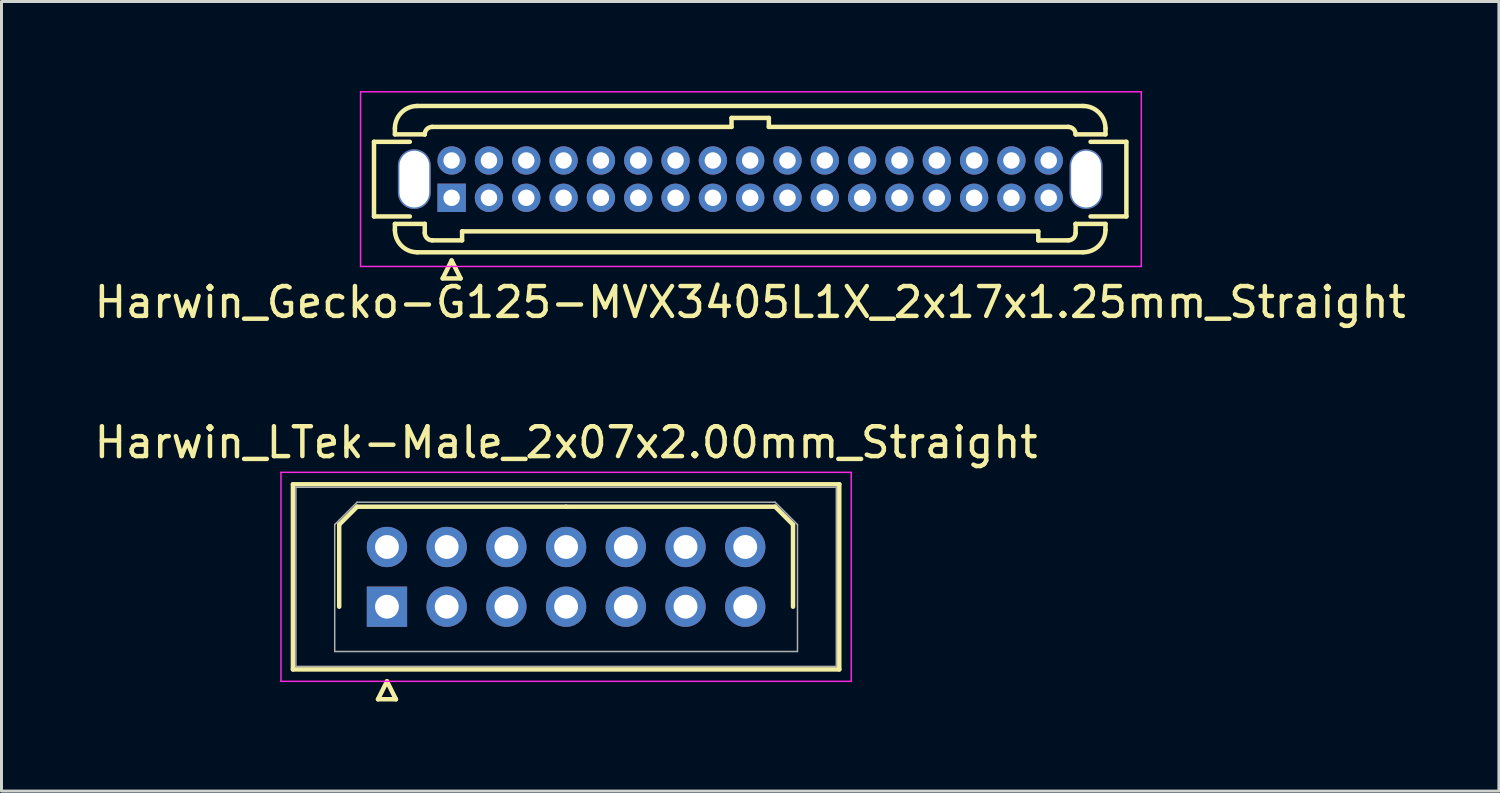
<source format=kicad_pcb>
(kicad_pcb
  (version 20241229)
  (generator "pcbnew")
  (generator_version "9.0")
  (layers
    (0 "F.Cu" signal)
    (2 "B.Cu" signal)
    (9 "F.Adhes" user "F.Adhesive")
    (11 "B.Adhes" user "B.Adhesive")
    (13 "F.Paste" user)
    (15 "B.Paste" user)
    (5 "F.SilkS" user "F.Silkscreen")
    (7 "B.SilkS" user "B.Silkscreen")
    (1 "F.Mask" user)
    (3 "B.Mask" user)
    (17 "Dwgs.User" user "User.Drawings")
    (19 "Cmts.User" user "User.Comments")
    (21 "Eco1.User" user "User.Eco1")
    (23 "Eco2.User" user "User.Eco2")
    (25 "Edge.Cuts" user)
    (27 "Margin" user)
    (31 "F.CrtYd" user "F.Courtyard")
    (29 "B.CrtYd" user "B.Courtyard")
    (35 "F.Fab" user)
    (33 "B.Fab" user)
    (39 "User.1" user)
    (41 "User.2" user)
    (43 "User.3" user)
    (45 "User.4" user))
  (footprint "Harwin_LTek-Male_2x07x2.00mm_Straight"
    (layer "F.Cu")
    (at 9.911 17.271)
    (property "Reference" "Harwin_LTek-Male_2x07x2.00mm_Straight" (at 6 -5.5 0) (layer "F.SilkS") (effects (font (size 1 1) (thickness 0.15))))
    (attr through_hole)
    (fp_line (start -3.15 -4.1) (end -3.15 2.1) (stroke (width 0.15) (type solid)) (layer "F.SilkS"))
    (fp_line (start -3.15 2.1) (end 15.15 2.1) (stroke (width 0.15) (type solid)) (layer "F.SilkS"))
    (fp_line (start -1.6 -2.75) (end -1 -3.35) (stroke (width 0.15) (type solid)) (layer "F.SilkS"))
    (fp_line (start -1.6 0) (end -1.6 -2.75) (stroke (width 0.15) (type solid)) (layer "F.SilkS"))
    (fp_line (start -1 -3.35) (end 6 -3.35) (stroke (width 0.15) (type solid)) (layer "F.SilkS"))
    (fp_line (start -0.3 3.1) (end 0.3 3.1) (stroke (width 0.15) (type solid)) (layer "F.SilkS"))
    (fp_line (start 0 2.5) (end -0.3 3.1) (stroke (width 0.15) (type solid)) (layer "F.SilkS"))
    (fp_line (start 0.3 3.1) (end 0 2.5) (stroke (width 0.15) (type solid)) (layer "F.SilkS"))
    (fp_line (start 13 -3.35) (end 6 -3.35) (stroke (width 0.15) (type solid)) (layer "F.SilkS"))
    (fp_line (start 13.6 -2.75) (end 13 -3.35) (stroke (width 0.15) (type solid)) (layer "F.SilkS"))
    (fp_line (start 13.6 0) (end 13.6 -2.75) (stroke (width 0.15) (type solid)) (layer "F.SilkS"))
    (fp_line (start 15.15 -4.1) (end -3.15 -4.1) (stroke (width 0.15) (type solid)) (layer "F.SilkS"))
    (fp_line (start 15.15 2.1) (end 15.15 -4.1) (stroke (width 0.15) (type solid)) (layer "F.SilkS"))
    (fp_line (start -3.55 -4.5) (end -3.55 2.5) (stroke (width 0.05) (type solid)) (layer "F.CrtYd"))
    (fp_line (start -3.55 2.5) (end 15.55 2.5) (stroke (width 0.05) (type solid)) (layer "F.CrtYd"))
    (fp_line (start 15.55 -4.5) (end -3.55 -4.5) (stroke (width 0.05) (type solid)) (layer "F.CrtYd"))
    (fp_line (start 15.55 2.5) (end 15.55 -4.5) (stroke (width 0.05) (type solid)) (layer "F.CrtYd"))
    (fp_line (start -3.05 -4) (end -3.05 2) (stroke (width 0.05) (type solid)) (layer "F.Fab"))
    (fp_line (start -3.05 2) (end 15.05 2) (stroke (width 0.05) (type solid)) (layer "F.Fab"))
    (fp_line (start -1.75 -2.75) (end -1 -3.5) (stroke (width 0.05) (type solid)) (layer "F.Fab"))
    (fp_line (start -1.75 1.5) (end -1.75 -2.75) (stroke (width 0.05) (type solid)) (layer "F.Fab"))
    (fp_line (start -1 -3.5) (end 13 -3.5) (stroke (width 0.05) (type solid)) (layer "F.Fab"))
    (fp_line (start 13 -3.5) (end 13.75 -2.75) (stroke (width 0.05) (type solid)) (layer "F.Fab"))
    (fp_line (start 13.75 -2.75) (end 13.75 1.5) (stroke (width 0.05) (type solid)) (layer "F.Fab"))
    (fp_line (start 13.75 1.5) (end -1.75 1.5) (stroke (width 0.05) (type solid)) (layer "F.Fab"))
    (fp_line (start 15.05 -4) (end -3.05 -4) (stroke (width 0.05) (type solid)) (layer "F.Fab"))
    (fp_line (start 15.05 2) (end 15.05 -4) (stroke (width 0.05) (type solid)) (layer "F.Fab"))
    (pad "1" thru_hole rect (at 0 0) (size 1.35 1.35) (drill 0.8) (layers "*.Cu" "*.Mask"))
    (pad "2" thru_hole circle (at 0 -2) (size 1.35 1.35) (drill 0.8) (layers "*.Cu" "*.Mask"))
    (pad "3" thru_hole circle (at 2 0) (size 1.35 1.35) (drill 0.8) (layers "*.Cu" "*.Mask"))
    (pad "4" thru_hole circle (at 2 -2) (size 1.35 1.35) (drill 0.8) (layers "*.Cu" "*.Mask"))
    (pad "5" thru_hole circle (at 4 0) (size 1.35 1.35) (drill 0.8) (layers "*.Cu" "*.Mask"))
    (pad "6" thru_hole circle (at 4 -2) (size 1.35 1.35) (drill 0.8) (layers "*.Cu" "*.Mask"))
    (pad "7" thru_hole circle (at 6 0) (size 1.35 1.35) (drill 0.8) (layers "*.Cu" "*.Mask"))
    (pad "8" thru_hole circle (at 6 -2) (size 1.35 1.35) (drill 0.8) (layers "*.Cu" "*.Mask"))
    (pad "9" thru_hole circle (at 8 0) (size 1.35 1.35) (drill 0.8) (layers "*.Cu" "*.Mask"))
    (pad "10" thru_hole circle (at 8 -2) (size 1.35 1.35) (drill 0.8) (layers "*.Cu" "*.Mask"))
    (pad "11" thru_hole circle (at 10 0) (size 1.35 1.35) (drill 0.8) (layers "*.Cu" "*.Mask"))
    (pad "12" thru_hole circle (at 10 -2) (size 1.35 1.35) (drill 0.8) (layers "*.Cu" "*.Mask"))
    (pad "13" thru_hole circle (at 12 0) (size 1.35 1.35) (drill 0.8) (layers "*.Cu" "*.Mask"))
    (pad "14" thru_hole circle (at 12 -2) (size 1.35 1.35) (drill 0.8) (layers "*.Cu" "*.Mask")))
  (footprint "Harwin_Gecko-G125-MVX3405L1X_2x17x1.25mm_Straight"
    (layer "F.Cu")
    (at 12.077 3.575)
    (property "Reference" "Harwin_Gecko-G125-MVX3405L1X_2x17x1.25mm_Straight" (at 10 3.5 0) (layer "F.SilkS") (effects (font (size 1 1) (thickness 0.15))))
    (attr through_hole)
    (fp_line (start -2.6 -1.875) (end -2.6 0.625) (stroke (width 0.15) (type solid)) (layer "F.SilkS"))
    (fp_line (start -2.6 0.625) (end -1.4 0.625) (stroke (width 0.15) (type solid)) (layer "F.SilkS"))
    (fp_line (start -1.9 -2.325) (end -1.9 -2.125) (stroke (width 0.15) (type solid)) (layer "F.SilkS"))
    (fp_line (start -1.9 -2.125) (end -0.9 -2.125) (stroke (width 0.15) (type solid)) (layer "F.SilkS"))
    (fp_line (start -1.9 0.875) (end -0.9 0.875) (stroke (width 0.15) (type solid)) (layer "F.SilkS"))
    (fp_line (start -1.9 1.075) (end -1.9 0.875) (stroke (width 0.15) (type solid)) (layer "F.SilkS"))
    (fp_line (start -1.4 -1.875) (end -2.6 -1.875) (stroke (width 0.15) (type solid)) (layer "F.SilkS"))
    (fp_line (start -1.15 -3.075) (end 21.15 -3.075) (stroke (width 0.15) (type solid)) (layer "F.SilkS"))
    (fp_line (start -1.15 1.825) (end 21.15 1.825) (stroke (width 0.15) (type solid)) (layer "F.SilkS"))
    (fp_line (start -0.9 -2.125) (end -0.9 -2.125) (stroke (width 0.15) (type solid)) (layer "F.SilkS"))
    (fp_line (start -0.9 0.875) (end -0.9 0.875) (stroke (width 0.15) (type solid)) (layer "F.SilkS"))
    (fp_line (start -0.9 1.175) (end -0.9 0.875) (stroke (width 0.15) (type solid)) (layer "F.SilkS"))
    (fp_line (start -0.65 -2.375) (end 9.375 -2.375) (stroke (width 0.15) (type solid)) (layer "F.SilkS"))
    (fp_line (start -0.65 1.425) (end 0.35 1.425) (stroke (width 0.15) (type solid)) (layer "F.SilkS"))
    (fp_line (start -0.3 2.7) (end 0.3 2.7) (stroke (width 0.15) (type solid)) (layer "F.SilkS"))
    (fp_line (start 0 2.1) (end -0.3 2.7) (stroke (width 0.15) (type solid)) (layer "F.SilkS"))
    (fp_line (start 0.3 2.7) (end 0 2.1) (stroke (width 0.15) (type solid)) (layer "F.SilkS"))
    (fp_line (start 0.35 1.125) (end 19.65 1.125) (stroke (width 0.15) (type solid)) (layer "F.SilkS"))
    (fp_line (start 0.35 1.425) (end 0.35 1.125) (stroke (width 0.15) (type solid)) (layer "F.SilkS"))
    (fp_line (start 9.375 -2.675) (end 10.625 -2.675) (stroke (width 0.15) (type solid)) (layer "F.SilkS"))
    (fp_line (start 9.375 -2.375) (end 9.375 -2.675) (stroke (width 0.15) (type solid)) (layer "F.SilkS"))
    (fp_line (start 10.625 -2.675) (end 10.625 -2.375) (stroke (width 0.15) (type solid)) (layer "F.SilkS"))
    (fp_line (start 10.625 -2.375) (end 20.65 -2.375) (stroke (width 0.15) (type solid)) (layer "F.SilkS"))
    (fp_line (start 19.65 1.125) (end 19.65 1.425) (stroke (width 0.15) (type solid)) (layer "F.SilkS"))
    (fp_line (start 19.65 1.425) (end 20.65 1.425) (stroke (width 0.15) (type solid)) (layer "F.SilkS"))
    (fp_line (start 20.9 -2.125) (end 20.9 -2.125) (stroke (width 0.15) (type solid)) (layer "F.SilkS"))
    (fp_line (start 20.9 0.875) (end 20.9 0.875) (stroke (width 0.15) (type solid)) (layer "F.SilkS"))
    (fp_line (start 20.9 1.175) (end 20.9 0.875) (stroke (width 0.15) (type solid)) (layer "F.SilkS"))
    (fp_line (start 21.4 -1.875) (end 22.6 -1.875) (stroke (width 0.15) (type solid)) (layer "F.SilkS"))
    (fp_line (start 21.9 -2.325) (end 21.9 -2.125) (stroke (width 0.15) (type solid)) (layer "F.SilkS"))
    (fp_line (start 21.9 -2.125) (end 20.9 -2.125) (stroke (width 0.15) (type solid)) (layer "F.SilkS"))
    (fp_line (start 21.9 0.875) (end 20.9 0.875) (stroke (width 0.15) (type solid)) (layer "F.SilkS"))
    (fp_line (start 21.9 1.075) (end 21.9 0.875) (stroke (width 0.15) (type solid)) (layer "F.SilkS"))
    (fp_line (start 22.6 -1.875) (end 22.6 0.625) (stroke (width 0.15) (type solid)) (layer "F.SilkS"))
    (fp_line (start 22.6 0.625) (end 21.4 0.625) (stroke (width 0.15) (type solid)) (layer "F.SilkS"))
    (fp_arc (start -1.9 -2.325) (mid -1.68033 -2.85533) (end -1.15 -3.075) (stroke (width 0.15) (type solid)) (layer "F.SilkS"))
    (fp_arc (start -1.15 1.825) (mid -1.68033 1.60533) (end -1.9 1.075) (stroke (width 0.15) (type solid)) (layer "F.SilkS"))
    (fp_arc (start -0.9 -2.125) (mid -0.826777 -2.301777) (end -0.65 -2.375) (stroke (width 0.15) (type solid)) (layer "F.SilkS"))
    (fp_arc (start -0.65 1.425) (mid -0.826777 1.351777) (end -0.9 1.175) (stroke (width 0.15) (type solid)) (layer "F.SilkS"))
    (fp_arc (start 20.65 -2.375) (mid 20.826777 -2.301777) (end 20.9 -2.125) (stroke (width 0.15) (type solid)) (layer "F.SilkS"))
    (fp_arc (start 20.9 1.175) (mid 20.826777 1.351777) (end 20.65 1.425) (stroke (width 0.15) (type solid)) (layer "F.SilkS"))
    (fp_arc (start 21.15 -3.075) (mid 21.68033 -2.85533) (end 21.9 -2.325) (stroke (width 0.15) (type solid)) (layer "F.SilkS"))
    (fp_arc (start 21.9 1.075) (mid 21.68033 1.60533) (end 21.15 1.825) (stroke (width 0.15) (type solid)) (layer "F.SilkS"))
    (fp_line (start -3.05 -3.55) (end -3.05 2.3) (stroke (width 0.05) (type solid)) (layer "F.CrtYd"))
    (fp_line (start -3.05 2.3) (end 23.1 2.3) (stroke (width 0.05) (type solid)) (layer "F.CrtYd"))
    (fp_line (start 23.1 -3.55) (end -3.05 -3.55) (stroke (width 0.05) (type solid)) (layer "F.CrtYd"))
    (fp_line (start 23.1 2.3) (end 23.1 -3.55) (stroke (width 0.05) (type solid)) (layer "F.CrtYd"))
    (pad "" np_thru_hole oval (at -1.25 -0.625) (size 1.1 2) (drill oval 1 1.9) (layers "*.Cu" "*.Mask"))
    (pad "" np_thru_hole oval (at 21.25 -0.625) (size 1.1 2) (drill oval 1 1.9) (layers "*.Cu" "*.Mask"))
    (pad "1" thru_hole rect (at 0 0) (size 0.95 0.95) (drill 0.55) (layers "*.Cu" "*.Mask"))
    (pad "2" thru_hole circle (at 0 -1.25) (size 0.95 0.95) (drill 0.55) (layers "*.Cu" "*.Mask"))
    (pad "3" thru_hole circle (at 1.25 0) (size 0.95 0.95) (drill 0.55) (layers "*.Cu" "*.Mask"))
    (pad "4" thru_hole circle (at 1.25 -1.25) (size 0.95 0.95) (drill 0.55) (layers "*.Cu" "*.Mask"))
    (pad "5" thru_hole circle (at 2.5 0) (size 0.95 0.95) (drill 0.55) (layers "*.Cu" "*.Mask"))
    (pad "6" thru_hole circle (at 2.5 -1.25) (size 0.95 0.95) (drill 0.55) (layers "*.Cu" "*.Mask"))
    (pad "7" thru_hole circle (at 3.75 0) (size 0.95 0.95) (drill 0.55) (layers "*.Cu" "*.Mask"))
    (pad "8" thru_hole circle (at 3.75 -1.25) (size 0.95 0.95) (drill 0.55) (layers "*.Cu" "*.Mask"))
    (pad "9" thru_hole circle (at 5 0) (size 0.95 0.95) (drill 0.55) (layers "*.Cu" "*.Mask"))
    (pad "10" thru_hole circle (at 5 -1.25) (size 0.95 0.95) (drill 0.55) (layers "*.Cu" "*.Mask"))
    (pad "11" thru_hole circle (at 6.25 0) (size 0.95 0.95) (drill 0.55) (layers "*.Cu" "*.Mask"))
    (pad "12" thru_hole circle (at 6.25 -1.25) (size 0.95 0.95) (drill 0.55) (layers "*.Cu" "*.Mask"))
    (pad "13" thru_hole circle (at 7.5 0) (size 0.95 0.95) (drill 0.55) (layers "*.Cu" "*.Mask"))
    (pad "14" thru_hole circle (at 7.5 -1.25) (size 0.95 0.95) (drill 0.55) (layers "*.Cu" "*.Mask"))
    (pad "15" thru_hole circle (at 8.75 0) (size 0.95 0.95) (drill 0.55) (layers "*.Cu" "*.Mask"))
    (pad "16" thru_hole circle (at 8.75 -1.25) (size 0.95 0.95) (drill 0.55) (layers "*.Cu" "*.Mask"))
    (pad "17" thru_hole circle (at 10 0) (size 0.95 0.95) (drill 0.55) (layers "*.Cu" "*.Mask"))
    (pad "18" thru_hole circle (at 10 -1.25) (size 0.95 0.95) (drill 0.55) (layers "*.Cu" "*.Mask"))
    (pad "19" thru_hole circle (at 11.25 0) (size 0.95 0.95) (drill 0.55) (layers "*.Cu" "*.Mask"))
    (pad "20" thru_hole circle (at 11.25 -1.25) (size 0.95 0.95) (drill 0.55) (layers "*.Cu" "*.Mask"))
    (pad "21" thru_hole circle (at 12.5 0) (size 0.95 0.95) (drill 0.55) (layers "*.Cu" "*.Mask"))
    (pad "22" thru_hole circle (at 12.5 -1.25) (size 0.95 0.95) (drill 0.55) (layers "*.Cu" "*.Mask"))
    (pad "23" thru_hole circle (at 13.75 0) (size 0.95 0.95) (drill 0.55) (layers "*.Cu" "*.Mask"))
    (pad "24" thru_hole circle (at 13.75 -1.25) (size 0.95 0.95) (drill 0.55) (layers "*.Cu" "*.Mask"))
    (pad "25" thru_hole circle (at 15 0) (size 0.95 0.95) (drill 0.55) (layers "*.Cu" "*.Mask"))
    (pad "26" thru_hole circle (at 15 -1.25) (size 0.95 0.95) (drill 0.55) (layers "*.Cu" "*.Mask"))
    (pad "27" thru_hole circle (at 16.25 0) (size 0.95 0.95) (drill 0.55) (layers "*.Cu" "*.Mask"))
    (pad "28" thru_hole circle (at 16.25 -1.25) (size 0.95 0.95) (drill 0.55) (layers "*.Cu" "*.Mask"))
    (pad "29" thru_hole circle (at 17.5 0) (size 0.95 0.95) (drill 0.55) (layers "*.Cu" "*.Mask"))
    (pad "30" thru_hole circle (at 17.5 -1.25) (size 0.95 0.95) (drill 0.55) (layers "*.Cu" "*.Mask"))
    (pad "31" thru_hole circle (at 18.75 0) (size 0.95 0.95) (drill 0.55) (layers "*.Cu" "*.Mask"))
    (pad "32" thru_hole circle (at 18.75 -1.25) (size 0.95 0.95) (drill 0.55) (layers "*.Cu" "*.Mask"))
    (pad "33" thru_hole circle (at 20 0) (size 0.95 0.95) (drill 0.55) (layers "*.Cu" "*.Mask"))
    (pad "34" thru_hole circle (at 20 -1.25) (size 0.95 0.95) (drill 0.55) (layers "*.Cu" "*.Mask")))
  (gr_rect
    (start -3 -3)
    (end 47.155 23.447)
    (stroke (width 0.1) (type default))
    (fill no)
    (layer "Edge.Cuts")))
</source>
